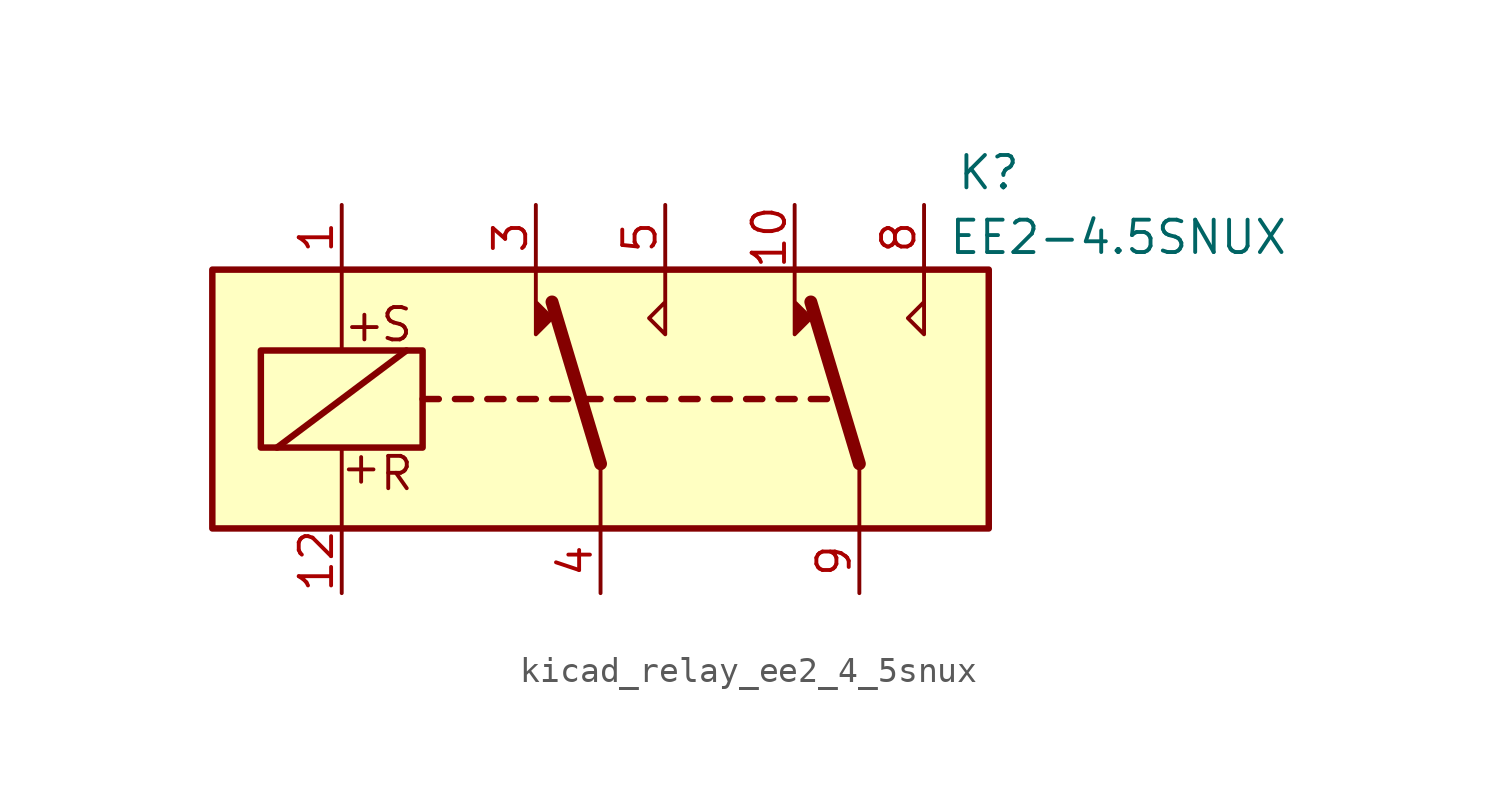
<source format=kicad_sym>
(kicad_symbol_lib
  (version 20220914)
  (generator kicad_symbol_editor)
  (symbol "kicad_relay_ee2_4_5snux"
    (property "Reference" "K"
      (at 15.24 8.89 0)
      (effects (font (size 1.27 1.27))))
    (property "Value" "EE2-4.5SNUX"
      (at 20.32 6.35 0)
      (effects (font (size 1.27 1.27))))
    (symbol "kicad_relay_ee2_4_5snux_1_1"
      (rectangle (start -15.24 5.08) (end 15.24 -5.08) (stroke (width 0.254) (type default)) (fill (type background)))
      (rectangle (start -13.335 1.905) (end -6.985 -1.905) (stroke (width 0.254) (type default)) (fill (type none)))
      (polyline (pts (xy -12.7 -1.905) (xy -7.62 1.905)) (stroke (width 0.254) (type default)) (fill (type none)))
      (polyline (pts (xy -10.16 -5.08) (xy -10.16 -1.905)) (stroke (width 0) (type default)) (fill (type none)))
      (polyline (pts (xy -10.16 5.08) (xy -10.16 1.905)) (stroke (width 0) (type default)) (fill (type none)))
      (polyline (pts (xy -6.985 0) (xy -6.35 0)) (stroke (width 0.254) (type default)) (fill (type none)))
      (polyline (pts (xy -5.715 0) (xy -5.08 0)) (stroke (width 0.254) (type default)) (fill (type none)))
      (polyline (pts (xy -4.445 0) (xy -3.81 0)) (stroke (width 0.254) (type default)) (fill (type none)))
      (polyline (pts (xy -3.175 0) (xy -2.54 0)) (stroke (width 0.254) (type default)) (fill (type none)))
      (polyline (pts (xy -1.905 0) (xy -1.27 0)) (stroke (width 0.254) (type default)) (fill (type none)))
      (polyline (pts (xy -0.635 0) (xy 0 0)) (stroke (width 0.254) (type default)) (fill (type none)))
      (polyline (pts (xy 0 -2.54) (xy -1.905 3.81)) (stroke (width 0.508) (type default)) (fill (type none)))
      (polyline (pts (xy 0 -2.54) (xy 0 -5.08)) (stroke (width 0) (type default)) (fill (type none)))
      (polyline (pts (xy 0.635 0) (xy 1.27 0)) (stroke (width 0.254) (type default)) (fill (type none)))
      (polyline (pts (xy 1.905 0) (xy 2.54 0)) (stroke (width 0.254) (type default)) (fill (type none)))
      (polyline (pts (xy 3.175 0) (xy 3.81 0)) (stroke (width 0.254) (type default)) (fill (type none)))
      (polyline (pts (xy 4.445 0) (xy 5.08 0)) (stroke (width 0.254) (type default)) (fill (type none)))
      (polyline (pts (xy 5.715 0) (xy 6.35 0)) (stroke (width 0.254) (type default)) (fill (type none)))
      (polyline (pts (xy 6.985 0) (xy 7.62 0)) (stroke (width 0.254) (type default)) (fill (type none)))
      (polyline (pts (xy 8.255 0) (xy 8.89 0)) (stroke (width 0.254) (type default)) (fill (type none)))
      (polyline (pts (xy 10.16 -2.54) (xy 8.255 3.81)) (stroke (width 0.508) (type default)) (fill (type none)))
      (polyline (pts (xy 10.16 -2.54) (xy 10.16 -5.08)) (stroke (width 0) (type default)) (fill (type none)))
      (polyline (pts (xy -2.54 5.08) (xy -2.54 2.54) (xy -1.905 3.175) (xy -2.54 3.81)) (stroke (width 0) (type default)) (fill (type outline)))
      (polyline (pts (xy 2.54 5.08) (xy 2.54 2.54) (xy 1.905 3.175) (xy 2.54 3.81)) (stroke (width 0) (type default)) (fill (type none)))
      (polyline (pts (xy 7.62 5.08) (xy 7.62 2.54) (xy 8.255 3.175) (xy 7.62 3.81)) (stroke (width 0) (type default)) (fill (type outline)))
      (polyline (pts (xy 12.7 5.08) (xy 12.7 2.54) (xy 12.065 3.175) (xy 12.7 3.81)) (stroke (width 0) (type default)) (fill (type none)))
      (text "+" (at -9.398 -2.667 0) (effects (font (size 1.27 1.27))))
      (text "+" (at -9.271 2.921 0) (effects (font (size 1.27 1.27))))
      (text "R" (at -8.001 -2.921 0) (effects (font (size 1.27 1.27))))
      (text "S" (at -8.001 2.921 0) (effects (font (size 1.27 1.27))))
      (pin passive line (at -10.16 7.62 270) (length 2.54) (name "~" (effects (font (size 1.27 1.27)))) (number "1" (effects (font (size 1.27 1.27)))))
      (pin passive line (at 7.62 7.62 270) (length 2.54) (name "~" (effects (font (size 1.27 1.27)))) (number "10" (effects (font (size 1.27 1.27)))))
      (pin passive line (at -10.16 -7.62 90) (length 2.54) (name "~" (effects (font (size 1.27 1.27)))) (number "12" (effects (font (size 1.27 1.27)))))
      (pin passive line (at -2.54 7.62 270) (length 2.54) (name "~" (effects (font (size 1.27 1.27)))) (number "3" (effects (font (size 1.27 1.27)))))
      (pin passive line (at 0 -7.62 90) (length 2.54) (name "~" (effects (font (size 1.27 1.27)))) (number "4" (effects (font (size 1.27 1.27)))))
      (pin passive line (at 2.54 7.62 270) (length 2.54) (name "~" (effects (font (size 1.27 1.27)))) (number "5" (effects (font (size 1.27 1.27)))))
      (pin passive line (at 12.7 7.62 270) (length 2.54) (name "~" (effects (font (size 1.27 1.27)))) (number "8" (effects (font (size 1.27 1.27)))))
      (pin passive line (at 10.16 -7.62 90) (length 2.54) (name "~" (effects (font (size 1.27 1.27)))) (number "9" (effects (font (size 1.27 1.27))))))))
</source>
